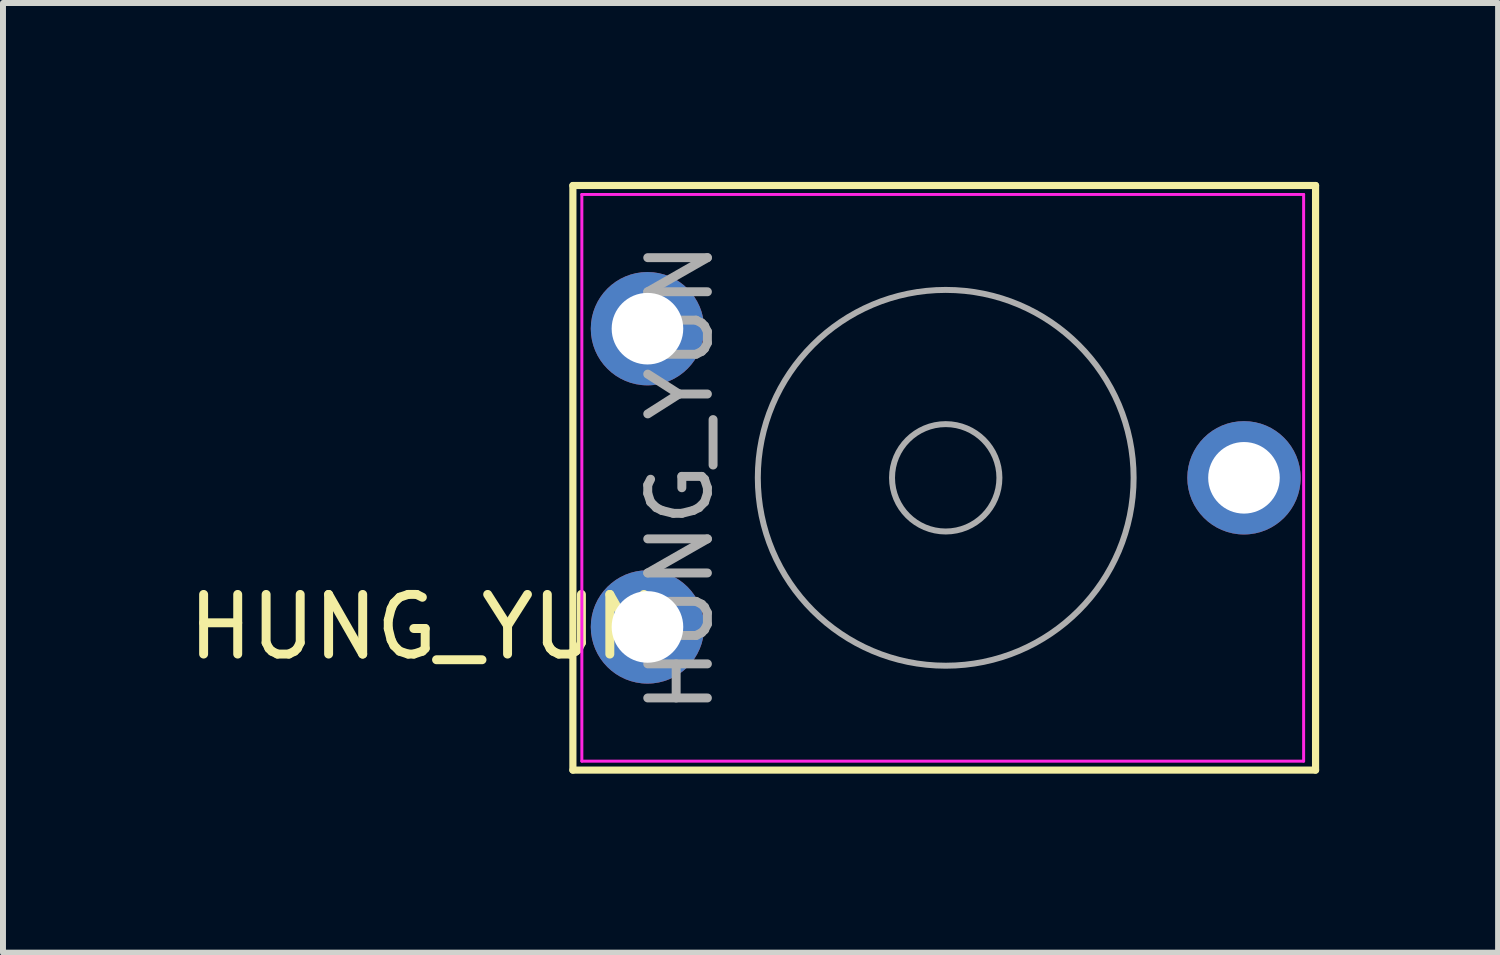
<source format=kicad_pcb>
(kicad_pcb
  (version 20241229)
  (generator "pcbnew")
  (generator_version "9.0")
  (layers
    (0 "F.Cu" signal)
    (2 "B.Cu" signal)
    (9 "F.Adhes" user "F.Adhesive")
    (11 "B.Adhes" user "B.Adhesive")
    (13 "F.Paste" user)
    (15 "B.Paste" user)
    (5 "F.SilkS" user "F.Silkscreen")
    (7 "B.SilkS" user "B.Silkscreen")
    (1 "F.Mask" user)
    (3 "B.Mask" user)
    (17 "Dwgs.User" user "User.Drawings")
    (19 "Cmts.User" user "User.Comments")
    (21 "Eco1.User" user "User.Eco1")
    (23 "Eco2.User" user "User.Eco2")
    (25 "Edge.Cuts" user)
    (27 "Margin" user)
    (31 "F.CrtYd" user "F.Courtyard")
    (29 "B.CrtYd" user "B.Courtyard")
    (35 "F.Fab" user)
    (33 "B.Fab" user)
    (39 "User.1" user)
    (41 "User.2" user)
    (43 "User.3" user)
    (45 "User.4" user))
  (footprint "HUNG_YUN"
    (layer "F.Cu")
    (at 7.804 7.46)
    (property "Reference" "HUNG_YUN" (at -3.75 0 0) (layer "F.SilkS") (effects (font (size 1 1) (thickness 0.15))))
    (attr through_hole)
    (fp_line (start -1.25 -7.4) (end -1.25 2.4) (stroke (width 0.12) (type default)) (layer "F.SilkS"))
    (fp_line (start -1.25 -7.4) (end 11.2 -7.4) (stroke (width 0.12) (type default)) (layer "F.SilkS"))
    (fp_line (start -1.25 2.4) (end 11.2 2.4) (stroke (width 0.12) (type default)) (layer "F.SilkS"))
    (fp_line (start 11.2 -7.4) (end 11.2 2.4) (stroke (width 0.12) (type default)) (layer "F.SilkS"))
    (fp_line (start -1.1 -7.25) (end -1.1 2.25) (stroke (width 0.05) (type solid)) (layer "F.CrtYd"))
    (fp_line (start -1.1 2.25) (end 11 2.25) (stroke (width 0.05) (type solid)) (layer "F.CrtYd"))
    (fp_line (start 11 -7.25) (end -1.1 -7.25) (stroke (width 0.05) (type solid)) (layer "F.CrtYd"))
    (fp_line (start 11 2.25) (end 11 -7.25) (stroke (width 0.05) (type solid)) (layer "F.CrtYd"))
    (fp_circle (center 5 -2.5) (end 5.9 -2.5) (stroke (width 0.1) (type solid)) (fill no) (layer "F.Fab"))
    (fp_circle (center 5 -2.5) (end 8.15 -2.5) (stroke (width 0.1) (type solid)) (fill no) (layer "F.Fab"))
    (fp_text user "${REFERENCE}" (at 0.55 -2.5 90) (layer "F.Fab") (effects (font (size 1 1) (thickness 0.15))))
    (pad "1" thru_hole circle (at 0 0) (size 1.9 1.9) (drill 1.2) (layers "*.Cu" "*.Mask"))
    (pad "2" thru_hole circle (at 10 -2.5) (size 1.9 1.9) (drill 1.2) (layers "*.Cu" "*.Mask"))
    (pad "3" thru_hole circle (at 0 -5) (size 1.9 1.9) (drill 1.2) (layers "*.Cu" "*.Mask")))
  (gr_rect
    (start -3 -3)
    (end 22.064 12.92)
    (stroke (width 0.1) (type default))
    (fill no)
    (layer "Edge.Cuts")))
</source>
